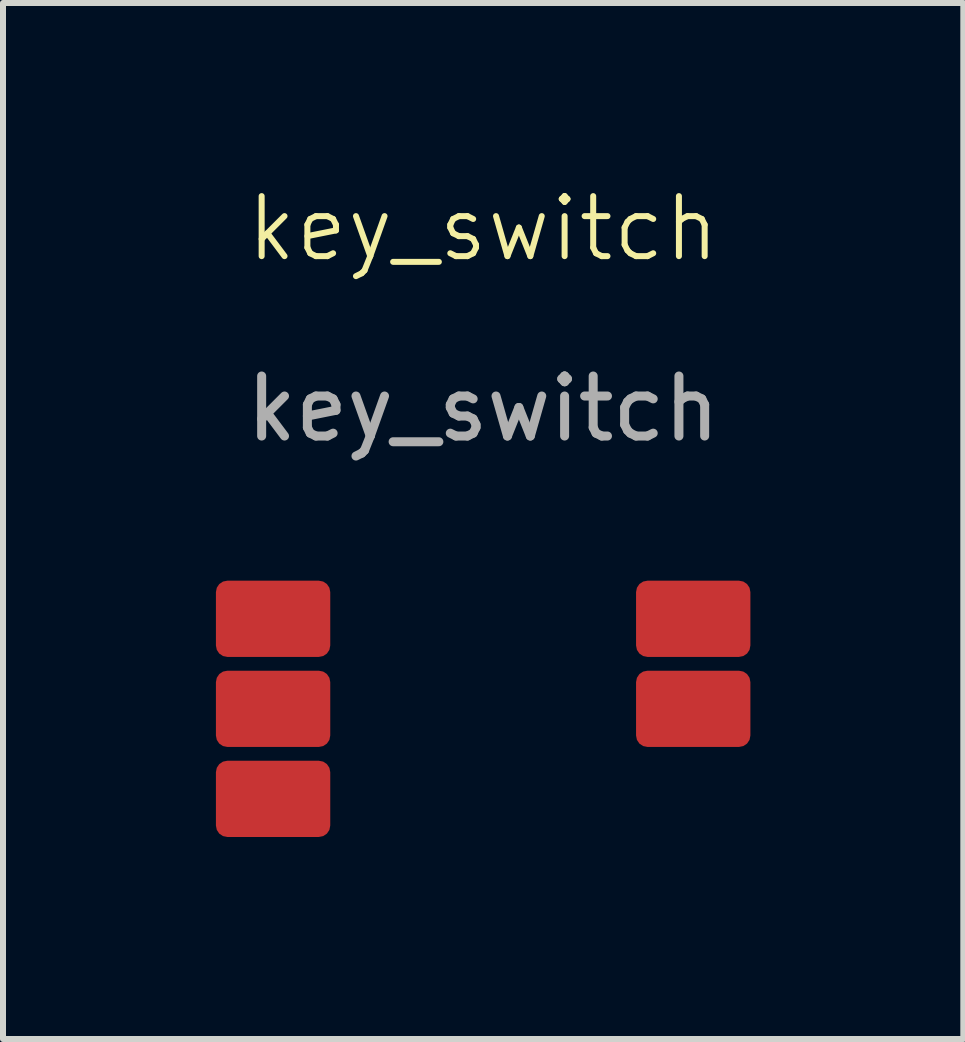
<source format=kicad_pcb>
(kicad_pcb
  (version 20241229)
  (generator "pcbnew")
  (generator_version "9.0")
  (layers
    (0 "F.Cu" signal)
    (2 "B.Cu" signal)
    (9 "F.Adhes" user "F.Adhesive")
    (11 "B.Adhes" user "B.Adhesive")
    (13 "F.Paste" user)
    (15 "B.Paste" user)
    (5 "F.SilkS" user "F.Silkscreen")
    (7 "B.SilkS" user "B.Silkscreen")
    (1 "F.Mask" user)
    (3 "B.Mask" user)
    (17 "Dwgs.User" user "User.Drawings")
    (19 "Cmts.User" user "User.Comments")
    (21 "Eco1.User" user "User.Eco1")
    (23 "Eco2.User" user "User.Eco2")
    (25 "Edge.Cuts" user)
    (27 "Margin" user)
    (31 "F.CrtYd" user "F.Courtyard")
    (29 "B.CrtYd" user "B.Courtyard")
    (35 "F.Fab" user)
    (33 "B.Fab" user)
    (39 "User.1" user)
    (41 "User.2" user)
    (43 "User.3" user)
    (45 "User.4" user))
  (footprint "key_switch"
    (layer "F.Cu")
    (at 5 1.26)
    (property "Reference" "key_switch" (at 0 -0.5 0) (unlocked yes) (layer "F.SilkS") (effects (font (size 1 1) (thickness 0.1))))
    (attr smd)
    (fp_text user "${REFERENCE}" (at 0 2.5 0) (unlocked yes) (layer "F.Fab") (effects (font (size 1 1) (thickness 0.15))))
    (pad "0" smd roundrect (at -3.5 6) (size 1.905 1.27) (layers "F.Cu" "F.Mask" "F.Paste") (roundrect_rratio 0.15))
    (pad "1" smd roundrect (at -3.5 7.5) (size 1.905 1.27) (layers "F.Cu" "F.Mask" "F.Paste") (roundrect_rratio 0.15))
    (pad "2" smd roundrect (at -3.5 9) (size 1.905 1.27) (layers "F.Cu" "F.Mask" "F.Paste") (roundrect_rratio 0.15))
    (pad "3" smd roundrect (at 3.5 7.5) (size 1.905 1.27) (layers "F.Cu" "F.Mask" "F.Paste") (roundrect_rratio 0.15))
    (pad "4" smd roundrect (at 3.5 6) (size 1.905 1.27) (layers "F.Cu" "F.Mask" "F.Paste") (roundrect_rratio 0.15))
    (zone (net_name "") (layer "F.SilkS") (name "key") (hatch none 0.5) (connect_pads) (min_thickness 0.25) (filled_areas_thickness no) (keepout (tracks not_allowed) (vias not_allowed) (pads not_allowed) (copperpour allowed) (footprints allowed)) (placement (enabled no)) (fill) (polygon (pts (xy 0 6.261) (xy 10 6.261) (xy 10 11.261) (xy 0 11.261)))))
  (gr_rect
    (start -3 -3)
    (end 13 14.261)
    (stroke (width 0.1) (type default))
    (fill no)
    (layer "Edge.Cuts")))
</source>
